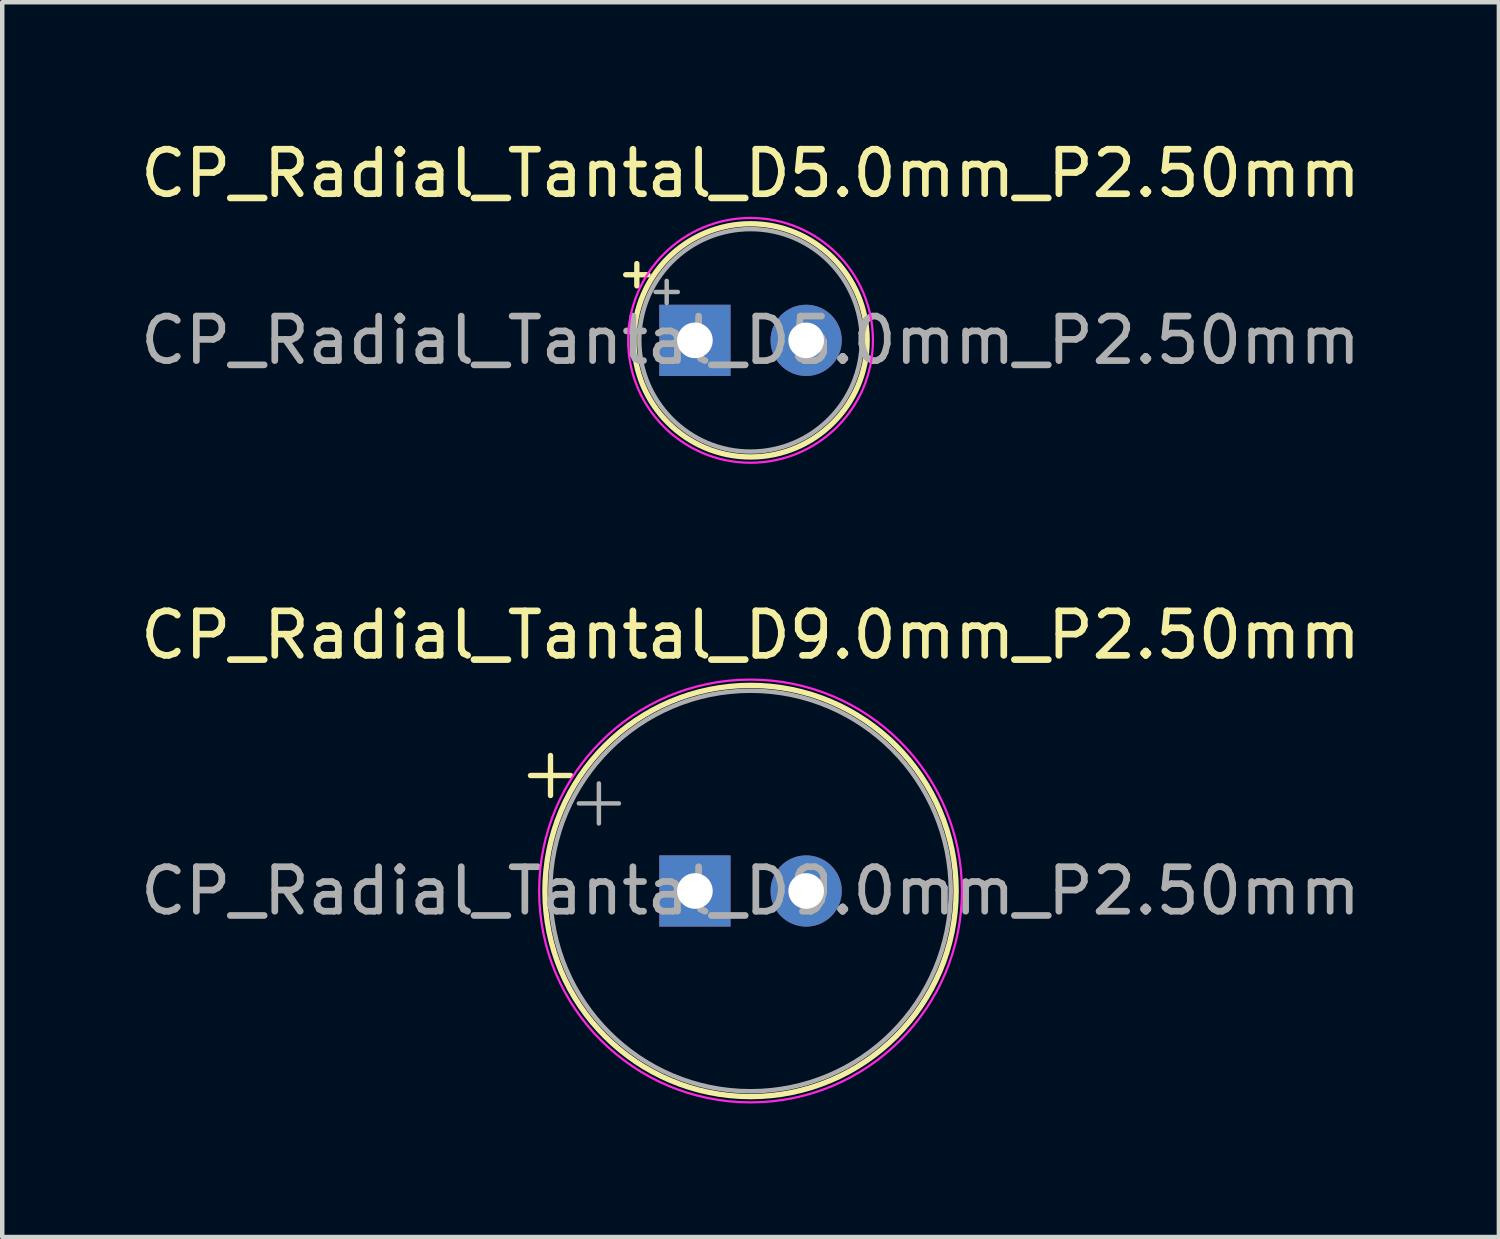
<source format=kicad_pcb>
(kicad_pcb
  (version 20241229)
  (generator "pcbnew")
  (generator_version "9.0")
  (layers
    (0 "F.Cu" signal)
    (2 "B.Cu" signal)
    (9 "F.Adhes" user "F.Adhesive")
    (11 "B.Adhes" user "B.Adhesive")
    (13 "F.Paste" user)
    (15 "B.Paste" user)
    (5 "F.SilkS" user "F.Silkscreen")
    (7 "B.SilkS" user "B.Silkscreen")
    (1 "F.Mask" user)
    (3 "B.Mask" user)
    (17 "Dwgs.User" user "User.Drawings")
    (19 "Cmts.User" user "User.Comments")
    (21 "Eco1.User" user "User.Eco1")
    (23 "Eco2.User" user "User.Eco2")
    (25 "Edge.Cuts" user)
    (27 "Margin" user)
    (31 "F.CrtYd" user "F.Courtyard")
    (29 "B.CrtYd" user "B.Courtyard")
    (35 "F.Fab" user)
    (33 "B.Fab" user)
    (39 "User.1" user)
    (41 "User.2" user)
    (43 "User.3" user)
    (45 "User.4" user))
  (footprint "CP_Radial_Tantal_D5.0mm_P2.50mm"
    (layer "F.Cu")
    (at 12.565 4.598)
    (property "Reference" "CP_Radial_Tantal_D5.0mm_P2.50mm" (at 1.25 -3.75 0) (layer "F.SilkS") (effects (font (size 1 1) (thickness 0.15))))
    (attr through_hole)
    (fp_line (start -1.555 -1.475) (end -1.055 -1.475) (stroke (width 0.12) (type solid)) (layer "F.SilkS"))
    (fp_line (start -1.305 -1.725) (end -1.305 -1.225) (stroke (width 0.12) (type solid)) (layer "F.SilkS"))
    (fp_circle (center 1.25 0) (end 3.87 0) (stroke (width 0.12) (type solid)) (fill no) (layer "F.SilkS"))
    (fp_circle (center 1.25 0) (end 4 0) (stroke (width 0.05) (type solid)) (fill no) (layer "F.CrtYd"))
    (fp_line (start -0.884 -1.087) (end -0.384 -1.087) (stroke (width 0.1) (type solid)) (layer "F.Fab"))
    (fp_line (start -0.634 -1.337) (end -0.634 -0.838) (stroke (width 0.1) (type solid)) (layer "F.Fab"))
    (fp_circle (center 1.25 0) (end 3.75 0) (stroke (width 0.1) (type solid)) (fill no) (layer "F.Fab"))
    (fp_text user "${REFERENCE}" (at 1.25 0 0) (layer "F.Fab") (effects (font (size 1 1) (thickness 0.15))))
    (pad "1" thru_hole rect (at 0 0) (size 1.6 1.6) (drill 0.8) (layers "*.Cu" "*.Mask"))
    (pad "2" thru_hole circle (at 2.5 0) (size 1.6 1.6) (drill 0.8) (layers "*.Cu" "*.Mask")))
  (footprint "CP_Radial_Tantal_D9.0mm_P2.50mm"
    (layer "F.Cu")
    (at 12.565 16.971)
    (property "Reference" "CP_Radial_Tantal_D9.0mm_P2.50mm" (at 1.25 -5.75 0) (layer "F.SilkS") (effects (font (size 1 1) (thickness 0.15))))
    (attr through_hole)
    (fp_line (start -3.695 -2.595) (end -2.795 -2.595) (stroke (width 0.12) (type solid)) (layer "F.SilkS"))
    (fp_line (start -3.245 -3.045) (end -3.245 -2.145) (stroke (width 0.12) (type solid)) (layer "F.SilkS"))
    (fp_circle (center 1.25 0) (end 5.87 0) (stroke (width 0.12) (type solid)) (fill no) (layer "F.SilkS"))
    (fp_circle (center 1.25 0) (end 6 0) (stroke (width 0.05) (type solid)) (fill no) (layer "F.CrtYd"))
    (fp_line (start -2.608 -1.968) (end -1.708 -1.968) (stroke (width 0.1) (type solid)) (layer "F.Fab"))
    (fp_line (start -2.158 -2.417) (end -2.158 -1.518) (stroke (width 0.1) (type solid)) (layer "F.Fab"))
    (fp_circle (center 1.25 0) (end 5.75 0) (stroke (width 0.1) (type solid)) (fill no) (layer "F.Fab"))
    (fp_text user "${REFERENCE}" (at 1.25 0 0) (layer "F.Fab") (effects (font (size 1 1) (thickness 0.15))))
    (pad "1" thru_hole rect (at 0 0) (size 1.6 1.6) (drill 0.8) (layers "*.Cu" "*.Mask"))
    (pad "2" thru_hole circle (at 2.5 0) (size 1.6 1.6) (drill 0.8) (layers "*.Cu" "*.Mask")))
  (gr_rect
    (start -3 -3)
    (end 30.631 24.747)
    (stroke (width 0.1) (type default))
    (fill no)
    (layer "Edge.Cuts")))
</source>
